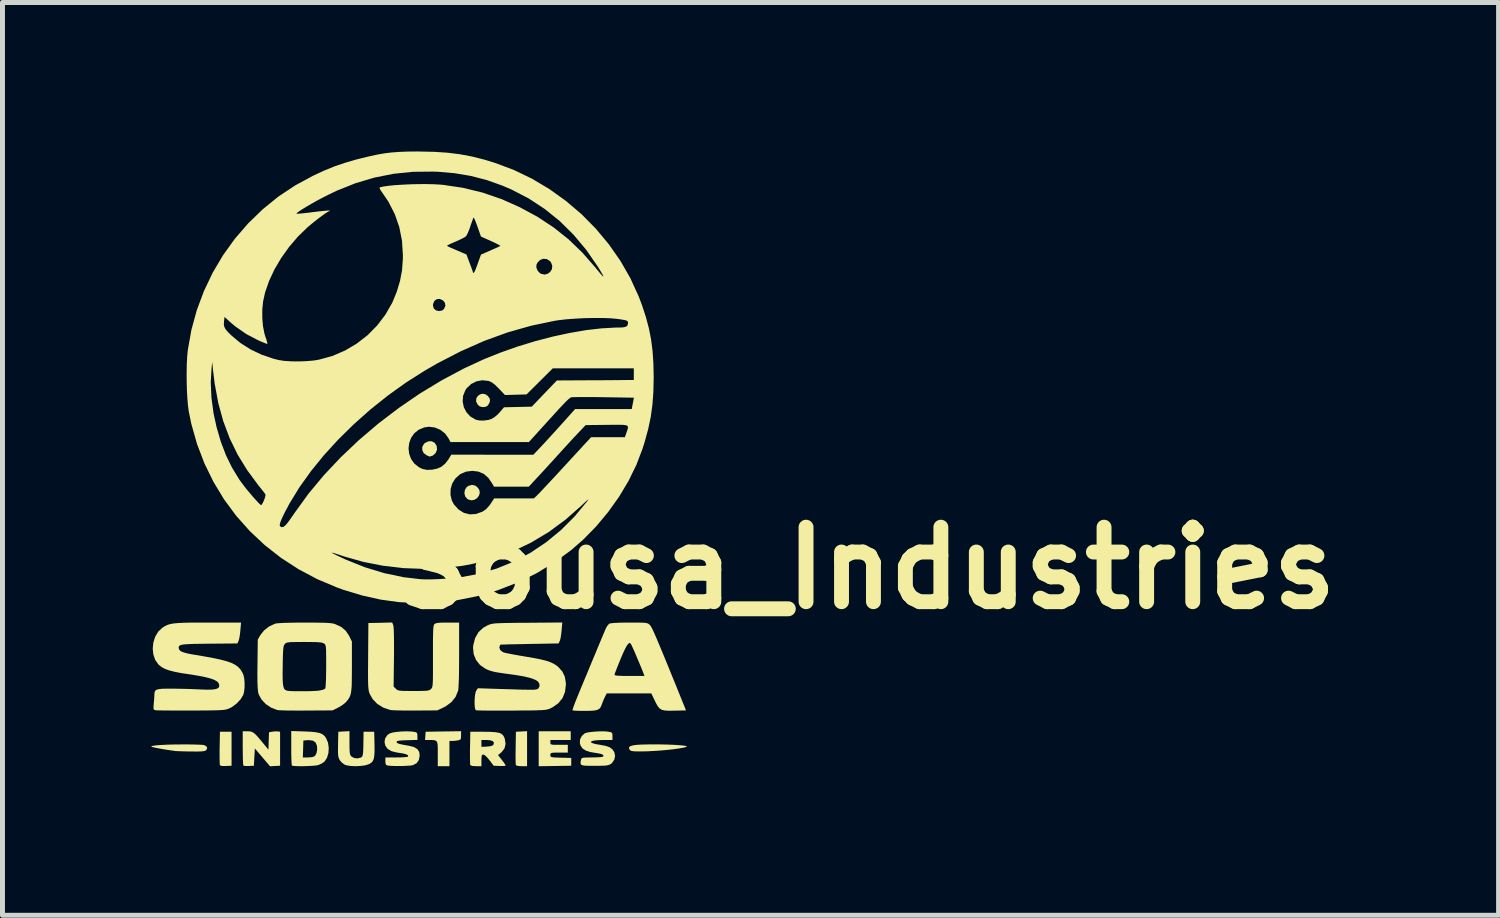
<source format=kicad_pcb>
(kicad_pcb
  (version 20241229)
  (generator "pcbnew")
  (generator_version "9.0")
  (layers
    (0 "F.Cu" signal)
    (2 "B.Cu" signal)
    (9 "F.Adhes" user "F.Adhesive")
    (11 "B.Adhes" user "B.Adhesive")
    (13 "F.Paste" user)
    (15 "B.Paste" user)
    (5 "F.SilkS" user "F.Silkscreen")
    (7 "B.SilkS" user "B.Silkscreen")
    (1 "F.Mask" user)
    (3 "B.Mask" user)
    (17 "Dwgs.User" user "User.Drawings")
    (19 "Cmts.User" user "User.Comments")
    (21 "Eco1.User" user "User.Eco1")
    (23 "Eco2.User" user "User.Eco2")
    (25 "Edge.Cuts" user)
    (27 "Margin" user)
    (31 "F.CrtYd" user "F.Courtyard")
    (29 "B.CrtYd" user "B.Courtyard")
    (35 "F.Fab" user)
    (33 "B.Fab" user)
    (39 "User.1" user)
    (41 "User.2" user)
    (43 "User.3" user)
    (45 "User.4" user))
  (footprint "Sousa_Industries"
    (layer "F.Cu")
    (at 5.393 6.886)
    (property "Reference" "Sousa_Industries" (at 9 1.5 0) (layer "F.SilkS") (effects (font (size 1.5 1.5) (thickness 0.3))))
    (attr board_only exclude_from_pos_files exclude_from_bom)
    (fp_poly (pts (xy -3.781 5.139) (xy -3.781 5.481) (xy -3.893 5.486) (xy -3.965 5.487) (xy -4.005 5.478) (xy -4.016 5.466) (xy -4.019 5.439) (xy -4.021 5.379) (xy -4.022 5.295) (xy -4.022 5.193) (xy -4.021 5.118) (xy -4.015 4.797) (xy -3.898 4.797) (xy -3.781 4.797)) (stroke (width 0) (type solid)) (fill yes) (layer "F.SilkS"))
    (fp_poly (pts (xy 2.169 5.138) (xy 2.169 5.49) (xy 2.061 5.49) (xy 1.987 5.486) (xy 1.948 5.472) (xy 1.943 5.465) (xy 1.94 5.438) (xy 1.938 5.379) (xy 1.937 5.295) (xy 1.938 5.193) (xy 1.939 5.118) (xy 1.944 4.797) (xy 2.056 4.791) (xy 2.169 4.785)) (stroke (width 0) (type solid)) (fill yes) (layer "F.SilkS"))
    (fp_poly (pts (xy 1.335 -1.996) (xy 1.378 -1.965) (xy 1.418 -1.911) (xy 1.422 -1.859) (xy 1.404 -1.811) (xy 1.371 -1.764) (xy 1.328 -1.743) (xy 1.276 -1.739) (xy 1.216 -1.753) (xy 1.173 -1.792) (xy 1.143 -1.853) (xy 1.146 -1.911) (xy 1.173 -1.96) (xy 1.219 -1.995) (xy 1.275 -2.009)) (stroke (width 0) (type solid)) (fill yes) (layer "F.SilkS"))
    (fp_poly (pts (xy 1.12 -0.161) (xy 1.165 -0.13) (xy 1.207 -0.074) (xy 1.217 -0.014) (xy 1.2 0.044) (xy 1.163 0.093) (xy 1.111 0.126) (xy 1.05 0.138) (xy 0.984 0.12) (xy 0.964 0.108) (xy 0.922 0.057) (xy 0.907 -0.008) (xy 0.918 -0.074) (xy 0.954 -0.13) (xy 0.989 -0.154) (xy 1.06 -0.174)) (stroke (width 0) (type solid)) (fill yes) (layer "F.SilkS"))
    (fp_poly (pts (xy 0.308 -1.021) (xy 0.348 -0.96) (xy 0.349 -0.956) (xy 0.356 -0.885) (xy 0.331 -0.819) (xy 0.281 -0.77) (xy 0.262 -0.761) (xy 0.224 -0.748) (xy 0.209 -0.743) (xy 0.19 -0.751) (xy 0.15 -0.768) (xy 0.145 -0.77) (xy 0.088 -0.813) (xy 0.059 -0.873) (xy 0.059 -0.938) (xy 0.092 -0.997) (xy 0.11 -1.015) (xy 0.18 -1.05) (xy 0.249 -1.052)) (stroke (width 0) (type solid)) (fill yes) (layer "F.SilkS"))
    (fp_poly (pts (xy 0.84 4.872) (xy 0.838 4.926) (xy 0.826 4.953) (xy 0.797 4.966) (xy 0.779 4.97) (xy 0.715 4.979) (xy 0.662 4.982) (xy 0.606 4.982) (xy 0.606 5.236) (xy 0.606 5.49) (xy 0.488 5.49) (xy 0.371 5.49) (xy 0.371 5.239) (xy 0.371 5.13) (xy 0.368 5.055) (xy 0.358 5.006) (xy 0.337 4.979) (xy 0.303 4.967) (xy 0.25 4.963) (xy 0.199 4.963) (xy 0.115 4.963) (xy 0.121 4.88) (xy 0.127 4.797) (xy 0.484 4.791) (xy 0.84 4.786)) (stroke (width 0) (type solid)) (fill yes) (layer "F.SilkS"))
    (fp_poly (pts (xy 4.854 5.052) (xy 4.996 5.055) (xy 5.123 5.06) (xy 5.229 5.067) (xy 5.311 5.074) (xy 5.365 5.083) (xy 5.388 5.093) (xy 5.379 5.101) (xy 5.319 5.117) (xy 5.231 5.133) (xy 5.121 5.148) (xy 4.997 5.162) (xy 4.865 5.174) (xy 4.73 5.183) (xy 4.601 5.19) (xy 4.483 5.193) (xy 4.382 5.193) (xy 4.306 5.189) (xy 4.26 5.18) (xy 4.255 5.178) (xy 4.226 5.147) (xy 4.22 5.127) (xy 4.228 5.103) (xy 4.254 5.084) (xy 4.301 5.071) (xy 4.374 5.061) (xy 4.477 5.055) (xy 4.612 5.052) (xy 4.699 5.051)) (stroke (width 0) (type solid)) (fill yes) (layer "F.SilkS"))
    (fp_poly (pts (xy -3.414 4.789) (xy -3.377 4.797) (xy -3.341 4.815) (xy -3.301 4.848) (xy -3.251 4.901) (xy -3.187 4.977) (xy -3.13 5.046) (xy -3.038 5.158) (xy -3.033 4.983) (xy -3.027 4.808) (xy -2.962 4.796) (xy -2.901 4.789) (xy -2.85 4.79) (xy -2.804 4.797) (xy -2.804 5.139) (xy -2.804 5.481) (xy -2.905 5.486) (xy -3.006 5.492) (xy -3.159 5.313) (xy -3.312 5.133) (xy -3.322 5.307) (xy -3.331 5.481) (xy -3.43 5.486) (xy -3.489 5.487) (xy -3.531 5.483) (xy -3.542 5.478) (xy -3.547 5.455) (xy -3.551 5.399) (xy -3.554 5.318) (xy -3.555 5.217) (xy -3.556 5.126) (xy -3.556 4.787) (xy -3.457 4.787)) (stroke (width 0) (type solid)) (fill yes) (layer "F.SilkS"))
    (fp_poly (pts (xy -4.646 5.052) (xy -4.535 5.054) (xy -4.442 5.057) (xy -4.373 5.06) (xy -4.336 5.065) (xy -4.335 5.065) (xy -4.286 5.091) (xy -4.271 5.127) (xy -4.291 5.167) (xy -4.291 5.167) (xy -4.311 5.18) (xy -4.344 5.188) (xy -4.398 5.193) (xy -4.479 5.195) (xy -4.588 5.194) (xy -4.692 5.193) (xy -4.786 5.19) (xy -4.861 5.188) (xy -4.909 5.185) (xy -4.914 5.184) (xy -5.001 5.172) (xy -5.096 5.158) (xy -5.191 5.142) (xy -5.277 5.126) (xy -5.345 5.112) (xy -5.385 5.102) (xy -5.392 5.099) (xy -5.393 5.088) (xy -5.359 5.079) (xy -5.292 5.07) (xy -5.195 5.063) (xy -5.071 5.057) (xy -4.924 5.053) (xy -4.767 5.052)) (stroke (width 0) (type solid)) (fill yes) (layer "F.SilkS"))
    (fp_poly (pts (xy 3.048 4.875) (xy 3.048 4.963) (xy 2.843 4.963) (xy 2.638 4.963) (xy 2.638 5.012) (xy 2.639 5.035) (xy 2.648 5.049) (xy 2.673 5.057) (xy 2.72 5.06) (xy 2.798 5.06) (xy 2.814 5.06) (xy 2.989 5.06) (xy 2.989 5.139) (xy 2.989 5.217) (xy 2.814 5.217) (xy 2.73 5.217) (xy 2.679 5.22) (xy 2.651 5.227) (xy 2.64 5.24) (xy 2.638 5.261) (xy 2.638 5.265) (xy 2.639 5.286) (xy 2.647 5.3) (xy 2.67 5.309) (xy 2.713 5.314) (xy 2.784 5.317) (xy 2.848 5.319) (xy 3.058 5.324) (xy 3.058 5.402) (xy 3.058 5.481) (xy 2.731 5.486) (xy 2.403 5.491) (xy 2.403 5.139) (xy 2.403 4.787) (xy 2.726 4.787) (xy 3.048 4.787)) (stroke (width 0) (type solid)) (fill yes) (layer "F.SilkS"))
    (fp_poly (pts (xy -1.407 5.02) (xy -1.406 5.122) (xy -1.403 5.192) (xy -1.398 5.238) (xy -1.388 5.268) (xy -1.372 5.29) (xy -1.368 5.295) (xy -1.314 5.325) (xy -1.245 5.333) (xy -1.181 5.318) (xy -1.165 5.309) (xy -1.15 5.293) (xy -1.14 5.266) (xy -1.133 5.221) (xy -1.129 5.151) (xy -1.127 5.049) (xy -1.127 5.04) (xy -1.123 4.797) (xy -1.016 4.797) (xy -0.909 4.797) (xy -0.903 5.05) (xy -0.902 5.177) (xy -0.906 5.271) (xy -0.917 5.339) (xy -0.937 5.387) (xy -0.968 5.421) (xy -1.012 5.447) (xy -1.024 5.453) (xy -1.095 5.474) (xy -1.19 5.486) (xy -1.294 5.49) (xy -1.393 5.485) (xy -1.474 5.47) (xy -1.499 5.461) (xy -1.553 5.425) (xy -1.599 5.374) (xy -1.602 5.369) (xy -1.618 5.338) (xy -1.629 5.304) (xy -1.636 5.259) (xy -1.638 5.194) (xy -1.637 5.101) (xy -1.637 5.051) (xy -1.631 4.797) (xy -1.519 4.791) (xy -1.407 4.785)) (stroke (width 0) (type solid)) (fill yes) (layer "F.SilkS"))
    (fp_poly (pts (xy -2.31 4.791) (xy -2.177 4.797) (xy -2.077 4.808) (xy -2.002 4.824) (xy -1.948 4.849) (xy -1.907 4.884) (xy -1.877 4.927) (xy -1.839 5.017) (xy -1.824 5.121) (xy -1.831 5.226) (xy -1.859 5.32) (xy -1.906 5.393) (xy -1.911 5.398) (xy -1.966 5.437) (xy -2.032 5.466) (xy -2.042 5.469) (xy -2.089 5.477) (xy -2.16 5.483) (xy -2.245 5.487) (xy -2.336 5.49) (xy -2.422 5.49) (xy -2.496 5.488) (xy -2.547 5.483) (xy -2.566 5.477) (xy -2.57 5.454) (xy -2.574 5.399) (xy -2.577 5.318) (xy -2.577 5.314) (xy -2.346 5.314) (xy -2.239 5.314) (xy -2.159 5.308) (xy -2.109 5.29) (xy -2.103 5.285) (xy -2.072 5.232) (xy -2.057 5.158) (xy -2.061 5.083) (xy -2.061 5.082) (xy -2.088 5.015) (xy -2.137 4.978) (xy -2.212 4.966) (xy -2.24 4.966) (xy -2.335 4.973) (xy -2.34 5.144) (xy -2.346 5.314) (xy -2.577 5.314) (xy -2.579 5.217) (xy -2.579 5.123) (xy -2.579 4.782)) (stroke (width 0) (type solid)) (fill yes) (layer "F.SilkS"))
    (fp_poly (pts (xy 1.299 4.797) (xy 1.433 4.799) (xy 1.534 4.806) (xy 1.607 4.819) (xy 1.657 4.842) (xy 1.691 4.875) (xy 1.714 4.92) (xy 1.721 4.941) (xy 1.736 5.044) (xy 1.714 5.133) (xy 1.657 5.206) (xy 1.651 5.212) (xy 1.584 5.267) (xy 1.661 5.364) (xy 1.702 5.417) (xy 1.729 5.458) (xy 1.739 5.477) (xy 1.721 5.484) (xy 1.675 5.487) (xy 1.618 5.486) (xy 1.496 5.481) (xy 1.411 5.368) (xy 1.358 5.305) (xy 1.313 5.266) (xy 1.288 5.256) (xy 1.267 5.261) (xy 1.256 5.28) (xy 1.251 5.324) (xy 1.25 5.373) (xy 1.25 5.49) (xy 1.142 5.49) (xy 1.069 5.486) (xy 1.03 5.472) (xy 1.025 5.465) (xy 1.022 5.438) (xy 1.02 5.379) (xy 1.019 5.295) (xy 1.019 5.193) (xy 1.02 5.118) (xy 1.022 5.032) (xy 1.25 5.032) (xy 1.25 5.101) (xy 1.361 5.096) (xy 1.438 5.087) (xy 1.482 5.068) (xy 1.492 5.057) (xy 1.502 5.016) (xy 1.477 4.985) (xy 1.419 4.967) (xy 1.356 4.963) (xy 1.25 4.963) (xy 1.25 5.032) (xy 1.022 5.032) (xy 1.026 4.797)) (stroke (width 0) (type solid)) (fill yes) (layer "F.SilkS"))
    (fp_poly (pts (xy -0.174 4.791) (xy -0.13 4.795) (xy -0.075 4.805) (xy -0.048 4.82) (xy -0.04 4.849) (xy -0.039 4.885) (xy -0.039 4.961) (xy -0.249 4.967) (xy -0.345 4.971) (xy -0.408 4.976) (xy -0.443 4.984) (xy -0.458 4.995) (xy -0.459 5.001) (xy -0.453 5.018) (xy -0.43 5.032) (xy -0.385 5.046) (xy -0.313 5.061) (xy -0.216 5.078) (xy -0.111 5.104) (xy -0.041 5.145) (xy -0.003 5.203) (xy 0.007 5.275) (xy -0.01 5.366) (xy -0.056 5.431) (xy -0.131 5.47) (xy -0.132 5.47) (xy -0.182 5.478) (xy -0.259 5.483) (xy -0.353 5.487) (xy -0.451 5.487) (xy -0.542 5.485) (xy -0.614 5.48) (xy -0.64 5.477) (xy -0.669 5.464) (xy -0.682 5.435) (xy -0.684 5.391) (xy -0.684 5.314) (xy -0.46 5.314) (xy -0.371 5.313) (xy -0.296 5.309) (xy -0.245 5.303) (xy -0.226 5.297) (xy -0.228 5.271) (xy -0.267 5.249) (xy -0.342 5.231) (xy -0.381 5.226) (xy -0.46 5.213) (xy -0.535 5.195) (xy -0.572 5.183) (xy -0.643 5.137) (xy -0.686 5.074) (xy -0.701 5.002) (xy -0.688 4.929) (xy -0.646 4.866) (xy -0.598 4.832) (xy -0.544 4.814) (xy -0.463 4.801) (xy -0.366 4.792) (xy -0.266 4.788)) (stroke (width 0) (type solid)) (fill yes) (layer "F.SilkS"))
    (fp_poly (pts (xy 3.747 4.79) (xy 3.798 4.795) (xy 3.853 4.805) (xy 3.879 4.82) (xy 3.887 4.849) (xy 3.888 4.886) (xy 3.888 4.963) (xy 3.698 4.963) (xy 3.585 4.967) (xy 3.506 4.976) (xy 3.462 4.991) (xy 3.454 5.008) (xy 3.483 5.026) (xy 3.549 5.045) (xy 3.644 5.061) (xy 3.755 5.082) (xy 3.834 5.111) (xy 3.889 5.153) (xy 3.925 5.207) (xy 3.941 5.281) (xy 3.925 5.358) (xy 3.881 5.424) (xy 3.862 5.44) (xy 3.833 5.458) (xy 3.797 5.47) (xy 3.747 5.478) (xy 3.673 5.481) (xy 3.589 5.483) (xy 3.493 5.483) (xy 3.406 5.482) (xy 3.338 5.48) (xy 3.307 5.477) (xy 3.263 5.464) (xy 3.245 5.437) (xy 3.249 5.387) (xy 3.256 5.358) (xy 3.263 5.339) (xy 3.277 5.326) (xy 3.305 5.319) (xy 3.354 5.316) (xy 3.432 5.315) (xy 3.479 5.314) (xy 3.584 5.312) (xy 3.658 5.307) (xy 3.698 5.297) (xy 3.704 5.293) (xy 3.704 5.267) (xy 3.668 5.246) (xy 3.595 5.23) (xy 3.567 5.226) (xy 3.441 5.205) (xy 3.35 5.175) (xy 3.287 5.135) (xy 3.248 5.08) (xy 3.232 5.027) (xy 3.235 4.954) (xy 3.269 4.885) (xy 3.325 4.833) (xy 3.339 4.825) (xy 3.391 4.811) (xy 3.469 4.8) (xy 3.563 4.792) (xy 3.659 4.788)) (stroke (width 0) (type solid)) (fill yes) (layer "F.SilkS"))
    (fp_poly (pts (xy -0.525 2.652) (xy -0.519 2.692) (xy -0.514 2.77) (xy -0.511 2.887) (xy -0.51 3.042) (xy -0.51 3.235) (xy -0.511 3.297) (xy -0.518 3.887) (xy -0.473 3.932) (xy -0.455 3.948) (xy -0.433 3.96) (xy -0.403 3.968) (xy -0.356 3.973) (xy -0.288 3.975) (xy -0.191 3.976) (xy -0.117 3.976) (xy 0.001 3.976) (xy 0.086 3.974) (xy 0.145 3.971) (xy 0.184 3.965) (xy 0.21 3.955) (xy 0.228 3.942) (xy 0.235 3.935) (xy 0.246 3.923) (xy 0.255 3.908) (xy 0.262 3.885) (xy 0.267 3.851) (xy 0.271 3.801) (xy 0.273 3.731) (xy 0.274 3.637) (xy 0.274 3.515) (xy 0.274 3.359) (xy 0.274 3.278) (xy 0.274 3.104) (xy 0.274 2.965) (xy 0.276 2.856) (xy 0.278 2.775) (xy 0.281 2.716) (xy 0.286 2.675) (xy 0.292 2.65) (xy 0.3 2.634) (xy 0.304 2.63) (xy 0.325 2.616) (xy 0.362 2.607) (xy 0.419 2.601) (xy 0.505 2.599) (xy 0.568 2.599) (xy 0.801 2.599) (xy 0.801 3.245) (xy 0.8 3.429) (xy 0.799 3.592) (xy 0.796 3.732) (xy 0.791 3.844) (xy 0.787 3.925) (xy 0.781 3.971) (xy 0.78 3.972) (xy 0.73 4.094) (xy 0.647 4.199) (xy 0.534 4.283) (xy 0.492 4.305) (xy 0.361 4.367) (xy -0.078 4.37) (xy -0.21 4.37) (xy -0.332 4.369) (xy -0.438 4.367) (xy -0.521 4.364) (xy -0.574 4.36) (xy -0.586 4.359) (xy -0.726 4.311) (xy -0.846 4.237) (xy -0.94 4.139) (xy -0.994 4.045) (xy -1.006 4.018) (xy -1.014 3.99) (xy -1.021 3.958) (xy -1.026 3.916) (xy -1.03 3.861) (xy -1.032 3.788) (xy -1.033 3.693) (xy -1.033 3.571) (xy -1.032 3.417) (xy -1.031 3.278) (xy -1.026 2.608) (xy -0.786 2.603) (xy -0.547 2.597)) (stroke (width 0) (type solid)) (fill yes) (layer "F.SilkS"))
    (fp_poly (pts (xy 4.355 2.599) (xy 4.45 2.6) (xy 4.517 2.602) (xy 4.563 2.607) (xy 4.594 2.614) (xy 4.616 2.625) (xy 4.634 2.64) (xy 4.637 2.643) (xy 4.649 2.656) (xy 4.664 2.678) (xy 4.682 2.711) (xy 4.705 2.757) (xy 4.733 2.819) (xy 4.768 2.899) (xy 4.811 3) (xy 4.863 3.124) (xy 4.925 3.274) (xy 4.998 3.452) (xy 5.083 3.661) (xy 5.182 3.904) (xy 5.199 3.947) (xy 5.369 4.367) (xy 5.146 4.372) (xy 5.029 4.374) (xy 4.944 4.369) (xy 4.882 4.355) (xy 4.837 4.327) (xy 4.799 4.281) (xy 4.762 4.215) (xy 4.743 4.176) (xy 4.67 4.025) (xy 4.221 4.025) (xy 3.772 4.025) (xy 3.735 4.098) (xy 3.704 4.167) (xy 3.677 4.237) (xy 3.674 4.245) (xy 3.654 4.296) (xy 3.628 4.331) (xy 3.588 4.355) (xy 3.53 4.369) (xy 3.445 4.375) (xy 3.33 4.377) (xy 3.238 4.376) (xy 3.161 4.374) (xy 3.106 4.37) (xy 3.083 4.366) (xy 3.083 4.366) (xy 3.087 4.345) (xy 3.104 4.295) (xy 3.131 4.22) (xy 3.168 4.127) (xy 3.208 4.029) (xy 3.272 3.874) (xy 3.339 3.712) (xy 3.366 3.649) (xy 3.929 3.649) (xy 3.938 3.659) (xy 3.969 3.666) (xy 4.028 3.67) (xy 4.117 3.673) (xy 4.23 3.673) (xy 4.533 3.673) (xy 4.497 3.58) (xy 4.468 3.508) (xy 4.432 3.421) (xy 4.392 3.327) (xy 4.353 3.233) (xy 4.316 3.149) (xy 4.285 3.081) (xy 4.265 3.038) (xy 4.26 3.028) (xy 4.239 3.01) (xy 4.214 3.018) (xy 4.184 3.053) (xy 4.147 3.118) (xy 4.101 3.216) (xy 4.051 3.333) (xy 4.01 3.434) (xy 3.975 3.522) (xy 3.948 3.592) (xy 3.932 3.637) (xy 3.929 3.649) (xy 3.366 3.649) (xy 3.408 3.548) (xy 3.475 3.385) (xy 3.54 3.23) (xy 3.599 3.087) (xy 3.652 2.961) (xy 3.696 2.855) (xy 3.73 2.776) (xy 3.75 2.727) (xy 3.752 2.722) (xy 3.782 2.668) (xy 3.816 2.628) (xy 3.826 2.62) (xy 3.862 2.612) (xy 3.932 2.606) (xy 4.033 2.601) (xy 4.16 2.599) (xy 4.228 2.599)) (stroke (width 0) (type solid)) (fill yes) (layer "F.SilkS"))
    (fp_poly (pts (xy -2.137 2.599) (xy -2.005 2.601) (xy -1.903 2.603) (xy -1.825 2.607) (xy -1.767 2.613) (xy -1.724 2.621) (xy -1.697 2.629) (xy -1.576 2.685) (xy -1.484 2.761) (xy -1.416 2.862) (xy -1.412 2.87) (xy -1.358 2.98) (xy -1.358 3.488) (xy -1.359 3.653) (xy -1.36 3.784) (xy -1.363 3.887) (xy -1.37 3.966) (xy -1.38 4.028) (xy -1.394 4.076) (xy -1.414 4.116) (xy -1.44 4.155) (xy -1.473 4.195) (xy -1.52 4.238) (xy -1.587 4.284) (xy -1.637 4.312) (xy -1.749 4.367) (xy -2.276 4.37) (xy -2.419 4.371) (xy -2.552 4.37) (xy -2.668 4.369) (xy -2.763 4.366) (xy -2.83 4.363) (xy -2.862 4.359) (xy -2.983 4.312) (xy -3.091 4.24) (xy -3.177 4.149) (xy -3.233 4.047) (xy -3.242 4.02) (xy -3.25 3.971) (xy -3.256 3.891) (xy -3.26 3.779) (xy -3.261 3.631) (xy -3.261 3.622) (xy -2.753 3.622) (xy -2.752 3.738) (xy -2.747 3.824) (xy -2.738 3.886) (xy -2.724 3.927) (xy -2.704 3.952) (xy -2.676 3.966) (xy -2.653 3.972) (xy -2.605 3.977) (xy -2.528 3.98) (xy -2.432 3.981) (xy -2.326 3.981) (xy -2.22 3.98) (xy -2.124 3.976) (xy -2.048 3.972) (xy -2.016 3.968) (xy -1.954 3.955) (xy -1.908 3.937) (xy -1.894 3.926) (xy -1.889 3.899) (xy -1.884 3.839) (xy -1.88 3.752) (xy -1.878 3.644) (xy -1.876 3.522) (xy -1.876 3.474) (xy -1.876 3.335) (xy -1.877 3.23) (xy -1.878 3.153) (xy -1.882 3.1) (xy -1.887 3.065) (xy -1.895 3.044) (xy -1.906 3.03) (xy -1.919 3.02) (xy -1.942 3.009) (xy -1.977 3) (xy -2.031 2.995) (xy -2.107 2.991) (xy -2.214 2.99) (xy -2.317 2.989) (xy -2.443 2.99) (xy -2.536 2.991) (xy -2.602 2.993) (xy -2.646 2.998) (xy -2.675 3.006) (xy -2.694 3.017) (xy -2.708 3.03) (xy -2.721 3.048) (xy -2.73 3.071) (xy -2.737 3.106) (xy -2.742 3.158) (xy -2.746 3.233) (xy -2.749 3.337) (xy -2.751 3.472) (xy -2.753 3.622) (xy -3.261 3.622) (xy -3.259 3.447) (xy -3.259 3.438) (xy -3.253 2.941) (xy -3.198 2.846) (xy -3.126 2.756) (xy -3.028 2.679) (xy -2.917 2.626) (xy -2.892 2.618) (xy -2.855 2.613) (xy -2.784 2.608) (xy -2.686 2.604) (xy -2.567 2.601) (xy -2.433 2.599) (xy -2.303 2.599)) (stroke (width 0) (type solid)) (fill yes) (layer "F.SilkS"))
    (fp_poly (pts (xy 2.864 2.758) (xy 2.855 2.84) (xy 2.843 2.913) (xy 2.83 2.962) (xy 2.827 2.969) (xy 2.803 3.019) (xy 2.217 3.029) (xy 2.07 3.032) (xy 1.937 3.035) (xy 1.821 3.037) (xy 1.729 3.04) (xy 1.664 3.042) (xy 1.631 3.043) (xy 1.629 3.044) (xy 1.61 3.099) (xy 1.628 3.151) (xy 1.677 3.191) (xy 1.705 3.202) (xy 1.744 3.212) (xy 1.814 3.226) (xy 1.908 3.244) (xy 2.019 3.264) (xy 2.139 3.284) (xy 2.308 3.313) (xy 2.444 3.34) (xy 2.552 3.367) (xy 2.637 3.396) (xy 2.706 3.428) (xy 2.763 3.464) (xy 2.8 3.495) (xy 2.88 3.586) (xy 2.929 3.689) (xy 2.949 3.811) (xy 2.95 3.849) (xy 2.933 3.994) (xy 2.883 4.118) (xy 2.8 4.221) (xy 2.685 4.303) (xy 2.647 4.322) (xy 2.621 4.334) (xy 2.594 4.343) (xy 2.563 4.351) (xy 2.525 4.357) (xy 2.473 4.361) (xy 2.404 4.364) (xy 2.314 4.367) (xy 2.198 4.368) (xy 2.052 4.369) (xy 1.872 4.371) (xy 1.856 4.371) (xy 1.695 4.371) (xy 1.545 4.371) (xy 1.412 4.371) (xy 1.3 4.37) (xy 1.214 4.368) (xy 1.158 4.366) (xy 1.138 4.364) (xy 1.124 4.339) (xy 1.115 4.286) (xy 1.112 4.216) (xy 1.114 4.138) (xy 1.121 4.063) (xy 1.132 4.002) (xy 1.146 3.968) (xy 1.179 3.921) (xy 1.698 3.938) (xy 1.876 3.943) (xy 2.019 3.948) (xy 2.131 3.95) (xy 2.217 3.951) (xy 2.28 3.951) (xy 2.324 3.949) (xy 2.354 3.945) (xy 2.374 3.939) (xy 2.388 3.932) (xy 2.394 3.927) (xy 2.42 3.883) (xy 2.416 3.83) (xy 2.385 3.782) (xy 2.326 3.747) (xy 2.231 3.713) (xy 2.102 3.682) (xy 1.942 3.655) (xy 1.865 3.644) (xy 1.723 3.625) (xy 1.613 3.609) (xy 1.529 3.595) (xy 1.463 3.579) (xy 1.41 3.563) (xy 1.362 3.543) (xy 1.331 3.528) (xy 1.221 3.452) (xy 1.142 3.353) (xy 1.094 3.236) (xy 1.081 3.105) (xy 1.087 3.049) (xy 1.124 2.908) (xy 1.19 2.793) (xy 1.285 2.704) (xy 1.372 2.655) (xy 1.4 2.643) (xy 1.427 2.633) (xy 1.458 2.625) (xy 1.497 2.619) (xy 1.548 2.614) (xy 1.615 2.611) (xy 1.703 2.608) (xy 1.816 2.606) (xy 1.959 2.604) (xy 2.136 2.603) (xy 2.177 2.603) (xy 2.878 2.597)) (stroke (width 0) (type solid)) (fill yes) (layer "F.SilkS"))
    (fp_poly (pts (xy -3.604 2.76) (xy -3.613 2.842) (xy -3.625 2.914) (xy -3.638 2.963) (xy -3.641 2.97) (xy -3.664 3.019) (xy -4.229 3.024) (xy -4.4 3.026) (xy -4.537 3.028) (xy -4.643 3.032) (xy -4.721 3.037) (xy -4.776 3.044) (xy -4.812 3.054) (xy -4.833 3.067) (xy -4.843 3.083) (xy -4.846 3.104) (xy -4.846 3.106) (xy -4.836 3.143) (xy -4.806 3.174) (xy -4.749 3.199) (xy -4.663 3.222) (xy -4.542 3.245) (xy -4.539 3.245) (xy -4.324 3.281) (xy -4.145 3.314) (xy -3.997 3.346) (xy -3.877 3.378) (xy -3.782 3.412) (xy -3.706 3.45) (xy -3.648 3.492) (xy -3.603 3.541) (xy -3.567 3.598) (xy -3.543 3.648) (xy -3.527 3.714) (xy -3.519 3.803) (xy -3.519 3.9) (xy -3.528 3.989) (xy -3.544 4.053) (xy -3.6 4.145) (xy -3.682 4.232) (xy -3.778 4.302) (xy -3.815 4.321) (xy -3.843 4.333) (xy -3.871 4.343) (xy -3.902 4.351) (xy -3.94 4.357) (xy -3.992 4.361) (xy -4.06 4.364) (xy -4.149 4.366) (xy -4.264 4.368) (xy -4.409 4.369) (xy -4.589 4.37) (xy -4.592 4.37) (xy -4.752 4.37) (xy -4.901 4.37) (xy -5.035 4.369) (xy -5.148 4.368) (xy -5.235 4.367) (xy -5.292 4.365) (xy -5.312 4.363) (xy -5.337 4.356) (xy -5.35 4.341) (xy -5.353 4.309) (xy -5.349 4.25) (xy -5.347 4.223) (xy -5.34 4.147) (xy -5.336 4.08) (xy -5.334 4.041) (xy -5.331 4.001) (xy -5.318 3.971) (xy -5.291 3.951) (xy -5.244 3.938) (xy -5.171 3.931) (xy -5.069 3.929) (xy -4.976 3.929) (xy -4.843 3.931) (xy -4.697 3.934) (xy -4.555 3.939) (xy -4.433 3.944) (xy -4.425 3.945) (xy -4.28 3.95) (xy -4.17 3.948) (xy -4.093 3.936) (xy -4.047 3.915) (xy -4.028 3.883) (xy -4.033 3.839) (xy -4.041 3.82) (xy -4.073 3.783) (xy -4.135 3.749) (xy -4.229 3.717) (xy -4.358 3.686) (xy -4.522 3.657) (xy -4.63 3.64) (xy -4.797 3.615) (xy -4.93 3.589) (xy -5.036 3.562) (xy -5.119 3.532) (xy -5.185 3.497) (xy -5.239 3.455) (xy -5.256 3.439) (xy -5.319 3.349) (xy -5.356 3.24) (xy -5.368 3.12) (xy -5.355 2.998) (xy -5.318 2.883) (xy -5.258 2.782) (xy -5.179 2.707) (xy -5.138 2.68) (xy -5.097 2.657) (xy -5.052 2.639) (xy -4.999 2.625) (xy -4.935 2.615) (xy -4.853 2.608) (xy -4.75 2.603) (xy -4.622 2.6) (xy -4.464 2.599) (xy -4.271 2.599) (xy -4.254 2.599) (xy -3.59 2.599)) (stroke (width 0) (type solid)) (fill yes) (layer "F.SilkS"))
    (fp_poly (pts (xy 0.01 -6.885) (xy 0.304 -6.879) (xy 0.571 -6.861) (xy 0.821 -6.83) (xy 1.064 -6.784) (xy 1.312 -6.721) (xy 1.524 -6.656) (xy 1.905 -6.513) (xy 2.272 -6.336) (xy 2.623 -6.126) (xy 2.956 -5.887) (xy 3.267 -5.622) (xy 3.554 -5.331) (xy 3.815 -5.018) (xy 4.047 -4.686) (xy 4.248 -4.336) (xy 4.415 -3.971) (xy 4.484 -3.789) (xy 4.562 -3.55) (xy 4.622 -3.324) (xy 4.666 -3.101) (xy 4.695 -2.872) (xy 4.712 -2.626) (xy 4.718 -2.352) (xy 4.718 -2.335) (xy 4.712 -2.05) (xy 4.693 -1.79) (xy 4.659 -1.542) (xy 4.607 -1.295) (xy 4.536 -1.036) (xy 4.494 -0.903) (xy 4.37 -0.577) (xy 4.211 -0.252) (xy 4.02 0.067) (xy 3.801 0.374) (xy 3.559 0.664) (xy 3.296 0.932) (xy 3.058 1.139) (xy 2.717 1.389) (xy 2.355 1.608) (xy 1.975 1.794) (xy 1.58 1.947) (xy 1.173 2.066) (xy 0.758 2.149) (xy 0.337 2.196) (xy -0.085 2.205) (xy -0.42 2.186) (xy -0.78 2.136) (xy -1.152 2.053) (xy -1.526 1.94) (xy -1.661 1.891) (xy -2.059 1.723) (xy -2.435 1.523) (xy -2.787 1.294) (xy -2.919 1.191) (xy -1.767 1.191) (xy -1.766 1.192) (xy -1.743 1.206) (xy -1.691 1.232) (xy -1.617 1.268) (xy -1.528 1.309) (xy -1.495 1.325) (xy -1.103 1.483) (xy -0.709 1.603) (xy -0.314 1.686) (xy 0.029 1.726) (xy 0.12 1.73) (xy 0.24 1.729) (xy 0.376 1.724) (xy 0.518 1.716) (xy 0.655 1.706) (xy 0.777 1.694) (xy 0.811 1.69) (xy 1.19 1.619) (xy 1.555 1.512) (xy 1.904 1.37) (xy 2.238 1.193) (xy 2.554 0.981) (xy 2.851 0.737) (xy 3.129 0.459) (xy 3.38 0.156) (xy 3.4 0.128) (xy 3.397 0.123) (xy 3.37 0.145) (xy 3.318 0.192) (xy 3.262 0.245) (xy 2.94 0.529) (xy 2.604 0.776) (xy 2.252 0.987) (xy 1.885 1.163) (xy 1.501 1.304) (xy 1.099 1.411) (xy 0.879 1.454) (xy 0.49 1.502) (xy 0.087 1.518) (xy -0.321 1.502) (xy -0.729 1.455) (xy -1.127 1.377) (xy -1.509 1.269) (xy -1.559 1.252) (xy -1.643 1.224) (xy -1.71 1.203) (xy -1.753 1.192) (xy -1.767 1.191) (xy -2.919 1.191) (xy -3.114 1.038) (xy -3.415 0.755) (xy -3.51 0.648) (xy -2.81 0.648) (xy -2.797 0.667) (xy -2.789 0.671) (xy -2.762 0.678) (xy -2.735 0.671) (xy -2.704 0.648) (xy -2.664 0.605) (xy -2.614 0.538) (xy -2.548 0.444) (xy -2.504 0.38) (xy -2.249 0.028) (xy 0.627 0.028) (xy 0.654 0.142) (xy 0.695 0.218) (xy 0.788 0.322) (xy 0.895 0.389) (xy 1.012 0.42) (xy 1.137 0.413) (xy 1.267 0.367) (xy 1.27 0.366) (xy 1.345 0.315) (xy 1.414 0.237) (xy 1.433 0.21) (xy 1.507 0.098) (xy 1.908 0.098) (xy 2.308 0.098) (xy 2.393 0.015) (xy 2.428 -0.021) (xy 2.485 -0.082) (xy 2.56 -0.162) (xy 2.649 -0.257) (xy 2.747 -0.362) (xy 2.85 -0.474) (xy 2.863 -0.488) (xy 2.968 -0.602) (xy 3.069 -0.712) (xy 3.163 -0.814) (xy 3.244 -0.902) (xy 3.308 -0.972) (xy 3.351 -1.018) (xy 3.354 -1.021) (xy 3.458 -1.133) (xy 3.798 -1.133) (xy 4.138 -1.133) (xy 4.17 -1.225) (xy 4.188 -1.277) (xy 4.199 -1.316) (xy 4.2 -1.345) (xy 4.187 -1.364) (xy 4.154 -1.376) (xy 4.098 -1.382) (xy 4.015 -1.384) (xy 3.901 -1.383) (xy 3.775 -1.382) (xy 3.348 -1.377) (xy 3.182 -1.202) (xy 3.104 -1.119) (xy 3.012 -1.019) (xy 2.915 -0.913) (xy 2.825 -0.814) (xy 2.813 -0.801) (xy 2.719 -0.697) (xy 2.612 -0.58) (xy 2.505 -0.463) (xy 2.41 -0.36) (xy 2.407 -0.357) (xy 2.203 -0.137) (xy 1.853 -0.137) (xy 1.503 -0.137) (xy 1.469 -0.198) (xy 1.39 -0.314) (xy 1.298 -0.395) (xy 1.189 -0.441) (xy 1.065 -0.456) (xy 0.934 -0.439) (xy 0.821 -0.388) (xy 0.728 -0.306) (xy 0.664 -0.206) (xy 0.63 -0.092) (xy 0.627 0.028) (xy -2.249 0.028) (xy -2.231 0.003) (xy -1.923 -0.367) (xy -1.584 -0.727) (xy -1.392 -0.909) (xy -0.218 -0.909) (xy -0.205 -0.8) (xy -0.167 -0.696) (xy -0.102 -0.604) (xy -0.01 -0.53) (xy 0.063 -0.494) (xy 0.152 -0.476) (xy 0.257 -0.479) (xy 0.361 -0.502) (xy 0.438 -0.535) (xy 0.519 -0.6) (xy 0.584 -0.684) (xy 0.644 -0.782) (xy 1.47 -0.781) (xy 2.296 -0.781) (xy 2.449 -0.943) (xy 2.512 -1.01) (xy 2.593 -1.098) (xy 2.686 -1.2) (xy 2.782 -1.306) (xy 2.869 -1.402) (xy 3.136 -1.7) (xy 3.706 -1.7) (xy 4.276 -1.7) (xy 4.287 -1.758) (xy 4.3 -1.823) (xy 4.309 -1.873) (xy 4.32 -1.929) (xy 3.709 -1.939) (xy 3.557 -1.941) (xy 3.416 -1.942) (xy 3.291 -1.942) (xy 3.188 -1.941) (xy 3.111 -1.94) (xy 3.066 -1.938) (xy 3.057 -1.936) (xy 3.041 -1.929) (xy 3.02 -1.914) (xy 2.99 -1.887) (xy 2.949 -1.848) (xy 2.896 -1.792) (xy 2.826 -1.719) (xy 2.739 -1.624) (xy 2.631 -1.505) (xy 2.5 -1.361) (xy 2.466 -1.323) (xy 2.206 -1.036) (xy 1.416 -1.036) (xy 0.626 -1.036) (xy 0.587 -1.112) (xy 0.517 -1.209) (xy 0.422 -1.283) (xy 0.311 -1.329) (xy 0.192 -1.344) (xy 0.101 -1.331) (xy -0.013 -1.284) (xy -0.102 -1.212) (xy -0.166 -1.121) (xy -0.204 -1.018) (xy -0.218 -0.909) (xy -1.392 -0.909) (xy -1.217 -1.075) (xy -0.827 -1.407) (xy -0.416 -1.72) (xy -0.224 -1.852) (xy 0.872 -1.852) (xy 0.895 -1.739) (xy 0.948 -1.636) (xy 1.028 -1.55) (xy 1.132 -1.488) (xy 1.136 -1.486) (xy 1.212 -1.47) (xy 1.305 -1.469) (xy 1.398 -1.483) (xy 1.457 -1.503) (xy 1.514 -1.538) (xy 1.577 -1.591) (xy 1.62 -1.637) (xy 1.704 -1.736) (xy 1.984 -1.742) (xy 2.264 -1.749) (xy 2.516 -2.012) (xy 2.769 -2.276) (xy 3.333 -2.279) (xy 3.491 -2.28) (xy 3.647 -2.28) (xy 3.795 -2.281) (xy 3.926 -2.282) (xy 4.033 -2.283) (xy 4.108 -2.284) (xy 4.318 -2.286) (xy 4.318 -2.403) (xy 4.318 -2.52) (xy 3.503 -2.52) (xy 2.687 -2.52) (xy 2.423 -2.258) (xy 2.159 -1.995) (xy 1.941 -1.989) (xy 1.724 -1.983) (xy 1.599 -2.114) (xy 1.528 -2.184) (xy 1.471 -2.23) (xy 1.419 -2.257) (xy 1.388 -2.267) (xy 1.267 -2.28) (xy 1.149 -2.258) (xy 1.042 -2.204) (xy 0.955 -2.122) (xy 0.925 -2.078) (xy 0.881 -1.967) (xy 0.872 -1.852) (xy -0.224 -1.852) (xy 0.01 -2.012) (xy 0.449 -2.278) (xy 0.895 -2.516) (xy 1.299 -2.703) (xy 1.634 -2.837) (xy 1.979 -2.959) (xy 2.33 -3.066) (xy 2.681 -3.158) (xy 3.024 -3.232) (xy 3.355 -3.289) (xy 3.668 -3.325) (xy 3.956 -3.341) (xy 4.006 -3.341) (xy 4.097 -3.344) (xy 4.156 -3.356) (xy 4.188 -3.379) (xy 4.2 -3.417) (xy 4.201 -3.431) (xy 4.199 -3.455) (xy 4.188 -3.472) (xy 4.163 -3.485) (xy 4.118 -3.495) (xy 4.044 -3.507) (xy 3.959 -3.518) (xy 3.832 -3.529) (xy 3.675 -3.534) (xy 3.5 -3.534) (xy 3.315 -3.53) (xy 3.13 -3.52) (xy 2.956 -3.507) (xy 2.802 -3.489) (xy 2.735 -3.479) (xy 2.255 -3.379) (xy 1.779 -3.244) (xy 1.305 -3.072) (xy 0.831 -2.862) (xy 0.355 -2.616) (xy 0.098 -2.467) (xy -0.276 -2.229) (xy -0.639 -1.968) (xy -0.988 -1.689) (xy -1.32 -1.394) (xy -1.632 -1.087) (xy -1.921 -0.771) (xy -2.182 -0.45) (xy -2.414 -0.126) (xy -2.611 0.196) (xy -2.706 0.374) (xy -2.758 0.481) (xy -2.792 0.56) (xy -2.809 0.614) (xy -2.81 0.648) (xy -3.51 0.648) (xy -3.688 0.448) (xy -3.932 0.118) (xy -4.145 -0.234) (xy -4.327 -0.606) (xy -4.476 -0.996) (xy -4.591 -1.403) (xy -4.644 -1.661) (xy -4.659 -1.776) (xy -4.671 -1.921) (xy -4.68 -2.087) (xy -4.684 -2.239) (xy -4.2 -2.239) (xy -4.186 -1.93) (xy -4.143 -1.611) (xy -4.083 -1.338) (xy -3.996 -1.039) (xy -3.893 -0.769) (xy -3.772 -0.522) (xy -3.63 -0.289) (xy -3.584 -0.224) (xy -3.532 -0.155) (xy -3.471 -0.077) (xy -3.404 0.002) (xy -3.339 0.079) (xy -3.278 0.146) (xy -3.229 0.198) (xy -3.195 0.229) (xy -3.184 0.234) (xy -3.169 0.218) (xy -3.146 0.176) (xy -3.128 0.136) (xy -3.107 0.078) (xy -3.098 0.032) (xy -3.1 0.015) (xy -3.117 -0.009) (xy -3.154 -0.056) (xy -3.203 -0.118) (xy -3.241 -0.165) (xy -3.466 -0.47) (xy -3.659 -0.784) (xy -3.819 -1.113) (xy -3.949 -1.459) (xy -4.049 -1.825) (xy -4.121 -2.215) (xy -4.155 -2.491) (xy -4.17 -2.647) (xy -4.183 -2.53) (xy -4.2 -2.239) (xy -4.684 -2.239) (xy -4.684 -2.263) (xy -4.685 -2.44) (xy -4.682 -2.609) (xy -4.674 -2.761) (xy -4.662 -2.886) (xy -4.589 -3.296) (xy -4.559 -3.406) (xy -3.936 -3.406) (xy -3.928 -3.359) (xy -3.905 -3.313) (xy -3.861 -3.259) (xy -3.792 -3.189) (xy -3.784 -3.182) (xy -3.606 -3.033) (xy -3.4 -2.902) (xy -3.174 -2.794) (xy -2.935 -2.713) (xy -2.831 -2.687) (xy -2.718 -2.67) (xy -2.579 -2.661) (xy -2.426 -2.659) (xy -2.272 -2.665) (xy -2.128 -2.677) (xy -2.02 -2.695) (xy -1.75 -2.769) (xy -1.495 -2.879) (xy -1.258 -3.02) (xy -1.04 -3.189) (xy -0.847 -3.385) (xy -0.681 -3.604) (xy -0.576 -3.788) (xy 0.274 -3.788) (xy 0.29 -3.725) (xy 0.335 -3.686) (xy 0.401 -3.673) (xy 0.463 -3.686) (xy 0.497 -3.717) (xy 0.525 -3.782) (xy 0.514 -3.842) (xy 0.475 -3.888) (xy 0.412 -3.917) (xy 0.352 -3.913) (xy 0.304 -3.879) (xy 0.277 -3.82) (xy 0.274 -3.788) (xy -0.576 -3.788) (xy -0.544 -3.844) (xy -0.456 -4.057) (xy -0.389 -4.281) (xy -0.348 -4.498) (xy -0.332 -4.726) (xy -0.331 -4.797) (xy -0.343 -4.985) (xy 0.557 -4.985) (xy 0.579 -4.974) (xy 0.628 -4.95) (xy 0.698 -4.92) (xy 0.758 -4.894) (xy 0.948 -4.813) (xy 1.01 -4.648) (xy 1.039 -4.57) (xy 1.064 -4.502) (xy 1.08 -4.455) (xy 1.084 -4.445) (xy 1.093 -4.438) (xy 1.109 -4.461) (xy 1.134 -4.516) (xy 1.146 -4.548) (xy 2.356 -4.548) (xy 2.381 -4.487) (xy 2.426 -4.438) (xy 2.45 -4.424) (xy 2.521 -4.407) (xy 2.586 -4.425) (xy 2.633 -4.46) (xy 2.67 -4.518) (xy 2.676 -4.587) (xy 2.65 -4.654) (xy 2.629 -4.68) (xy 2.565 -4.72) (xy 2.496 -4.726) (xy 2.431 -4.702) (xy 2.379 -4.649) (xy 2.358 -4.607) (xy 2.356 -4.548) (xy 1.146 -4.548) (xy 1.168 -4.606) (xy 1.168 -4.608) (xy 1.241 -4.81) (xy 1.431 -4.893) (xy 1.51 -4.928) (xy 1.575 -4.957) (xy 1.618 -4.978) (xy 1.631 -4.985) (xy 1.618 -4.996) (xy 1.576 -5.019) (xy 1.512 -5.051) (xy 1.441 -5.084) (xy 1.241 -5.173) (xy 1.17 -5.373) (xy 1.141 -5.453) (xy 1.116 -5.514) (xy 1.098 -5.55) (xy 1.09 -5.557) (xy 1.08 -5.531) (xy 1.061 -5.478) (xy 1.036 -5.407) (xy 1.026 -5.376) (xy 0.998 -5.297) (xy 0.969 -5.231) (xy 0.945 -5.186) (xy 0.938 -5.178) (xy 0.906 -5.156) (xy 0.847 -5.125) (xy 0.772 -5.09) (xy 0.726 -5.07) (xy 0.651 -5.038) (xy 0.594 -5.011) (xy 0.562 -4.992) (xy 0.557 -4.985) (xy -0.343 -4.985) (xy -0.349 -5.087) (xy -0.404 -5.364) (xy -0.495 -5.626) (xy -0.622 -5.874) (xy -0.745 -6.055) (xy -0.787 -6.117) (xy -0.802 -6.154) (xy -0.796 -6.164) (xy -0.725 -6.18) (xy -0.622 -6.195) (xy -0.494 -6.208) (xy -0.347 -6.217) (xy -0.19 -6.225) (xy -0.029 -6.229) (xy 0.129 -6.23) (xy 0.278 -6.227) (xy 0.409 -6.22) (xy 0.471 -6.215) (xy 0.876 -6.155) (xy 1.27 -6.059) (xy 1.656 -5.927) (xy 2.022 -5.764) (xy 2.379 -5.571) (xy 2.705 -5.356) (xy 3.005 -5.117) (xy 3.283 -4.849) (xy 3.545 -4.549) (xy 3.554 -4.537) (xy 3.611 -4.468) (xy 3.658 -4.412) (xy 3.692 -4.376) (xy 3.707 -4.365) (xy 3.707 -4.365) (xy 3.701 -4.384) (xy 3.677 -4.429) (xy 3.64 -4.492) (xy 3.598 -4.561) (xy 3.363 -4.902) (xy 3.105 -5.21) (xy 2.826 -5.486) (xy 2.524 -5.729) (xy 2.201 -5.941) (xy 1.855 -6.12) (xy 1.671 -6.199) (xy 1.356 -6.311) (xy 1.041 -6.393) (xy 0.716 -6.448) (xy 0.371 -6.478) (xy 0.282 -6.481) (xy -0.125 -6.477) (xy -0.521 -6.437) (xy -0.907 -6.36) (xy -1.289 -6.246) (xy -1.668 -6.094) (xy -1.826 -6.018) (xy -1.94 -5.961) (xy -2.054 -5.9) (xy -2.163 -5.839) (xy -2.264 -5.78) (xy -2.35 -5.728) (xy -2.418 -5.684) (xy -2.461 -5.652) (xy -2.475 -5.634) (xy -2.474 -5.633) (xy -2.453 -5.632) (xy -2.399 -5.636) (xy -2.32 -5.644) (xy -2.222 -5.655) (xy -2.139 -5.666) (xy -2.03 -5.679) (xy -1.936 -5.689) (xy -1.862 -5.696) (xy -1.815 -5.698) (xy -1.802 -5.697) (xy -1.806 -5.686) (xy -1.812 -5.686) (xy -1.838 -5.674) (xy -1.887 -5.643) (xy -1.953 -5.596) (xy -2.03 -5.539) (xy -2.11 -5.477) (xy -2.187 -5.414) (xy -2.249 -5.362) (xy -2.444 -5.173) (xy -2.622 -4.965) (xy -2.781 -4.742) (xy -2.917 -4.512) (xy -3.026 -4.278) (xy -3.106 -4.048) (xy -3.146 -3.866) (xy -3.162 -3.705) (xy -3.162 -3.534) (xy -3.148 -3.368) (xy -3.119 -3.22) (xy -3.102 -3.165) (xy -3.079 -3.096) (xy -3.064 -3.042) (xy -3.058 -3.014) (xy -3.058 -3.012) (xy -3.078 -3.016) (xy -3.125 -3.034) (xy -3.191 -3.061) (xy -3.239 -3.082) (xy -3.482 -3.209) (xy -3.708 -3.366) (xy -3.806 -3.449) (xy -3.922 -3.555) (xy -3.933 -3.463) (xy -3.936 -3.406) (xy -4.559 -3.406) (xy -4.48 -3.694) (xy -4.336 -4.078) (xy -4.16 -4.447) (xy -3.952 -4.798) (xy -3.715 -5.128) (xy -3.449 -5.436) (xy -3.157 -5.719) (xy -2.841 -5.976) (xy -2.5 -6.203) (xy -2.139 -6.398) (xy -1.915 -6.502) (xy -1.706 -6.587) (xy -1.498 -6.658) (xy -1.275 -6.723) (xy -1.199 -6.742) (xy -1.015 -6.787) (xy -0.854 -6.822) (xy -0.706 -6.848) (xy -0.562 -6.866) (xy -0.411 -6.877) (xy -0.243 -6.884) (xy -0.05 -6.886)) (stroke (width 0) (type solid)) (fill yes) (layer "F.SilkS")))
  (gr_rect
    (start -3 -3)
    (end 27.122 15.378)
    (stroke (width 0.1) (type default))
    (fill no)
    (layer "Edge.Cuts")))
</source>
